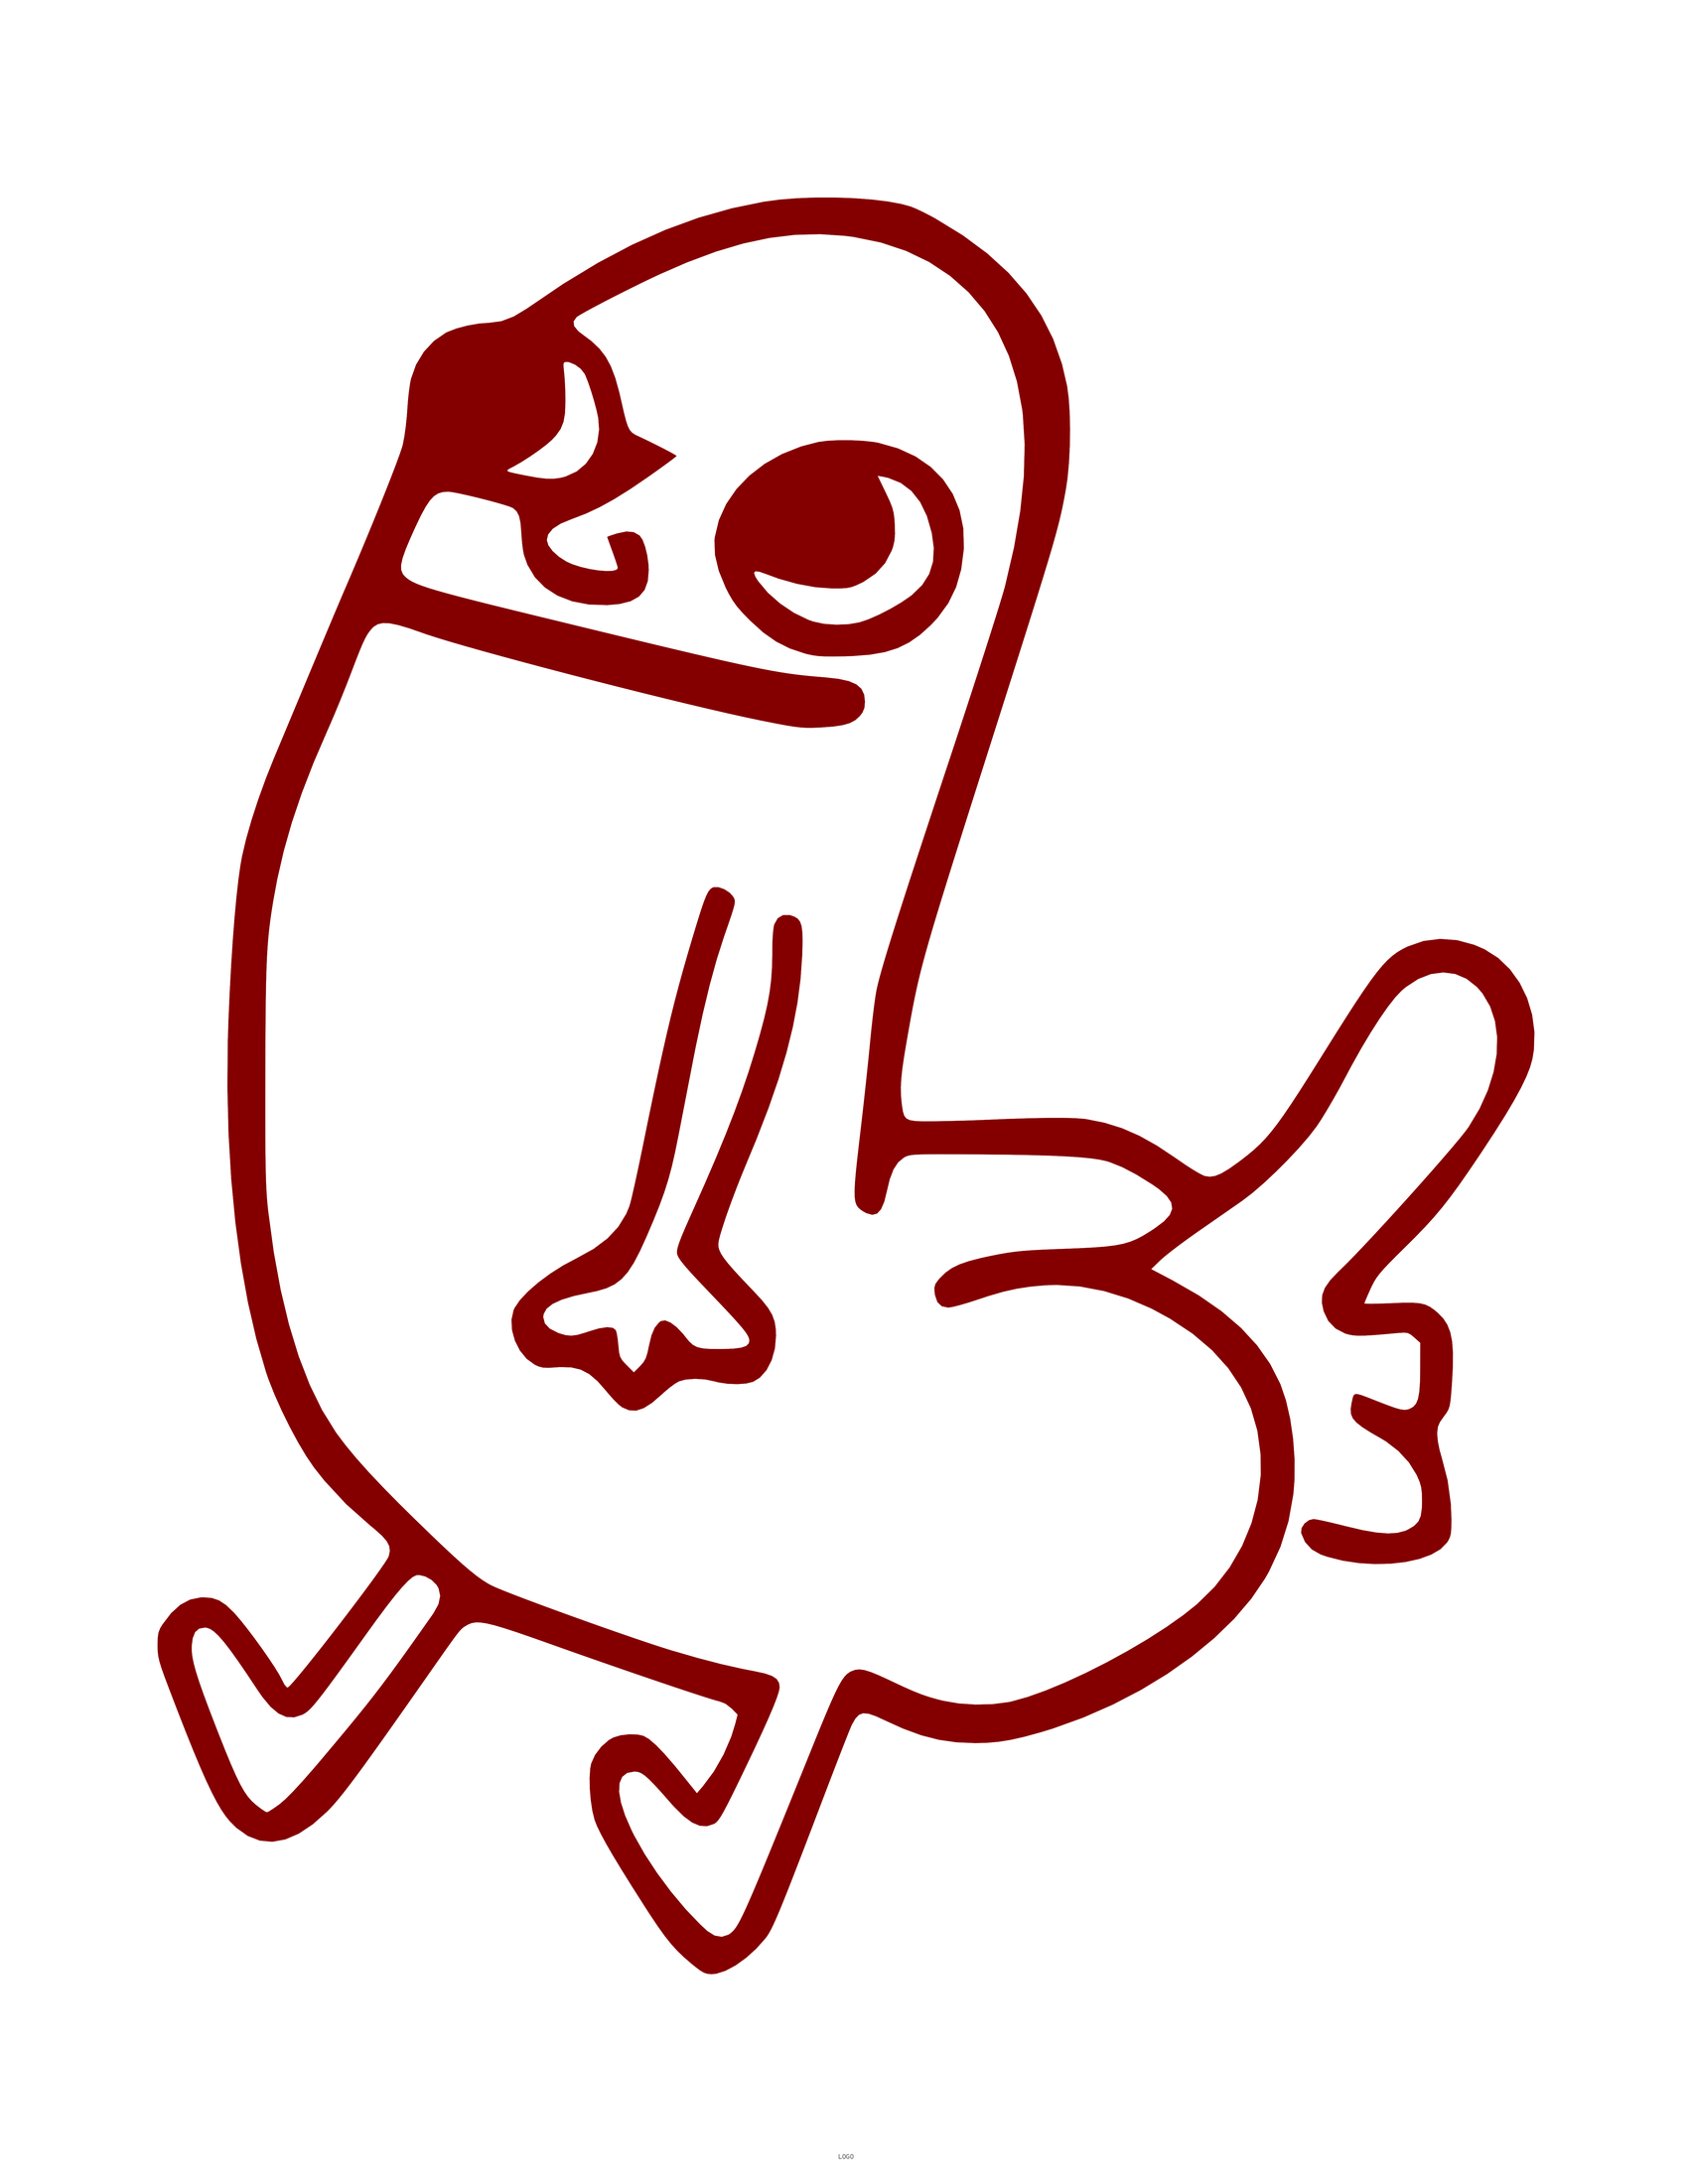
<source format=kicad_sym>
(kicad_symbol_lib
  (version 20210619)
  (generator bitmap2component)
  (symbol "LOGO"
    (pin_names
      (offset 1.016))
    (property "Reference" "#G"
      (at 0 178.238 0)
      (effects (font (size 1.27 1.27)) hide))
    (symbol "LOGO_0_0"
      (polyline (pts (xy -25.976 -178.779) (xy -24.118 -178.183) (xy -22.08 -177.091) (xy -19.979 -175.582) (xy -17.934 -173.736) (xy -16.062 -171.63) (xy -16.033 -171.593) (xy -15.693 -171.121) (xy -15.33 -170.536) (xy -14.926 -169.79) (xy -14.462 -168.839) (xy -13.918 -167.634) (xy -13.276 -166.131) (xy -12.517 -164.282) (xy -11.62 -162.042) (xy -10.569 -159.363) (xy -9.342 -156.199) (xy -7.922 -152.505) (xy -6.289 -148.234) (xy -4.424 -143.338) (xy -4.054 -142.367) (xy -2.928 -139.424) (xy -1.871 -136.679) (xy -0.915 -134.21) (xy -0.088 -132.096) (xy 0.577 -130.416) (xy 1.05 -129.248) (xy 1.301 -128.671) (xy 1.319 -128.635) (xy 2.018 -127.43) (xy 2.734 -126.674) (xy 3.585 -126.353) (xy 4.689 -126.454) (xy 6.164 -126.963) (xy 8.127 -127.864) (xy 11.605 -129.441) (xy 15.276 -130.789) (xy 18.799 -131.695) (xy 22.355 -132.206) (xy 26.124 -132.366) (xy 28.479 -132.308) (xy 30.869 -132.097) (xy 33.319 -131.701) (xy 36.028 -131.087) (xy 39.195 -130.221) (xy 41.791 -129.428) (xy 47.88 -127.231) (xy 53.789 -124.638) (xy 59.45 -121.694) (xy 64.797 -118.446) (xy 69.763 -114.938) (xy 74.281 -111.217) (xy 78.285 -107.328) (xy 81.707 -103.316) (xy 84.482 -99.229) (xy 85.275 -97.829) (xy 87.573 -92.878) (xy 89.2 -87.699) (xy 90.175 -82.243) (xy 90.406 -79.296) (xy 90.416 -75.238) (xy 90.117 -71.11) (xy 89.531 -67.101) (xy 88.679 -63.396) (xy 87.585 -60.185) (xy 87.528 -60.048) (xy 85.507 -56.08) (xy 82.88 -52.341) (xy 79.628 -48.81) (xy 75.731 -45.469) (xy 71.171 -42.299) (xy 65.927 -39.282) (xy 61.556 -36.979) (xy 63.422 -35.172) (xy 64.225 -34.464) (xy 65.551 -33.399) (xy 67.214 -32.131) (xy 69.08 -30.762) (xy 71.013 -29.394) (xy 72.638 -28.266) (xy 74.752 -26.797) (xy 76.789 -25.38) (xy 78.577 -24.134) (xy 79.948 -23.176) (xy 79.955 -23.171) (xy 81.954 -21.637) (xy 84.232 -19.666) (xy 86.65 -17.401) (xy 89.064 -14.984) (xy 91.335 -12.555) (xy 93.32 -10.256) (xy 94.878 -8.228) (xy 95.786 -6.854) (xy 96.938 -4.976) (xy 98.212 -2.796) (xy 99.509 -0.484) (xy 100.729 1.789) (xy 101.889 3.966) (xy 103.82 7.413) (xy 105.718 10.591) (xy 107.532 13.423) (xy 109.212 15.831) (xy 110.707 17.737) (xy 111.967 19.064) (xy 112.802 19.772) (xy 115.303 21.411) (xy 117.84 22.401) (xy 120.35 22.74) (xy 122.775 22.424) (xy 125.053 21.449) (xy 127.125 19.814) (xy 128.263 18.497) (xy 129.787 15.906) (xy 130.769 12.964) (xy 131.21 9.734) (xy 131.116 6.285) (xy 130.491 2.682) (xy 129.337 -1.008) (xy 127.66 -4.718) (xy 125.463 -8.382) (xy 124.812 -9.265) (xy 123.663 -10.698) (xy 122.144 -12.515) (xy 120.318 -14.644) (xy 118.251 -17.014) (xy 116.008 -19.552) (xy 113.653 -22.186) (xy 111.251 -24.844) (xy 108.866 -27.455) (xy 106.564 -29.947) (xy 104.409 -32.246) (xy 102.466 -34.282) (xy 100.8 -35.983) (xy 99.475 -37.276) (xy 99.265 -37.476) (xy 97.614 -39.205) (xy 96.54 -40.74) (xy 95.994 -42.209) (xy 95.925 -43.741) (xy 96.284 -45.462) (xy 97.214 -47.41) (xy 98.68 -48.933) (xy 100.591 -49.927) (xy 100.713 -49.967) (xy 101.474 -50.179) (xy 102.284 -50.316) (xy 103.254 -50.378) (xy 104.493 -50.364) (xy 106.113 -50.273) (xy 108.224 -50.105) (xy 110.935 -49.859) (xy 111.29 -49.826) (xy 112.452 -49.755) (xy 113.21 -49.841) (xy 113.814 -50.145) (xy 114.513 -50.728) (xy 115.731 -51.818) (xy 115.721 -57.122) (xy 115.72 -57.287) (xy 115.674 -59.804) (xy 115.535 -61.709) (xy 115.279 -63.098) (xy 114.879 -64.067) (xy 114.309 -64.711) (xy 113.543 -65.126) (xy 113.172 -65.245) (xy 112.556 -65.318) (xy 111.79 -65.228) (xy 110.748 -64.943) (xy 109.301 -64.435) (xy 107.324 -63.674) (xy 106.897 -63.506) (xy 105.106 -62.8) (xy 103.858 -62.339) (xy 103.044 -62.125) (xy 102.554 -62.161) (xy 102.279 -62.449) (xy 102.112 -62.991) (xy 101.942 -63.79) (xy 101.904 -63.961) (xy 101.725 -65.127) (xy 101.782 -66.109) (xy 102.142 -66.988) (xy 102.875 -67.849) (xy 104.047 -68.773) (xy 105.727 -69.844) (xy 107.982 -71.145) (xy 108.867 -71.679) (xy 111.355 -73.607) (xy 113.443 -75.884) (xy 114.974 -78.347) (xy 115.051 -78.508) (xy 115.596 -79.764) (xy 115.91 -80.855) (xy 116.054 -82.073) (xy 116.089 -83.713) (xy 116.055 -85.053) (xy 115.836 -86.64) (xy 115.342 -87.792) (xy 114.491 -88.668) (xy 113.203 -89.431) (xy 112.707 -89.651) (xy 111.135 -90.064) (xy 109.226 -90.183) (xy 106.902 -90.001) (xy 104.087 -89.515) (xy 100.706 -88.721) (xy 99.564 -88.432) (xy 97.692 -87.98) (xy 96.087 -87.617) (xy 94.89 -87.377) (xy 94.242 -87.29) (xy 93.359 -87.496) (xy 92.437 -88.165) (xy 91.839 -89.097) (xy 91.75 -90.081) (xy 92.535 -91.89) (xy 93.889 -93.388) (xy 95.683 -94.409) (xy 97.056 -94.878) (xy 100.151 -95.658) (xy 103.377 -96.141) (xy 106.632 -96.336) (xy 109.816 -96.254) (xy 112.826 -95.903) (xy 115.562 -95.293) (xy 117.921 -94.434) (xy 119.802 -93.336) (xy 121.104 -92.007) (xy 121.382 -91.575) (xy 121.704 -90.894) (xy 121.888 -90.084) (xy 121.971 -88.95) (xy 121.99 -87.296) (xy 121.866 -84.211) (xy 121.219 -79.474) (xy 120.058 -74.992) (xy 119.597 -73.356) (xy 119.257 -71.65) (xy 119.13 -70.279) (xy 119.136 -69.803) (xy 119.268 -68.721) (xy 119.659 -67.791) (xy 120.431 -66.68) (xy 120.529 -66.551) (xy 121.032 -65.858) (xy 121.383 -65.235) (xy 121.622 -64.524) (xy 121.79 -63.57) (xy 121.926 -62.215) (xy 122.07 -60.303) (xy 122.098 -59.917) (xy 122.279 -56.544) (xy 122.293 -53.773) (xy 122.124 -51.514) (xy 121.754 -49.676) (xy 121.166 -48.172) (xy 120.343 -46.91) (xy 119.266 -45.802) (xy 118.567 -45.211) (xy 117.654 -44.566) (xy 116.715 -44.127) (xy 115.612 -43.864) (xy 114.209 -43.748) (xy 112.368 -43.751) (xy 109.951 -43.844) (xy 108.876 -43.889) (xy 107.128 -43.945) (xy 105.728 -43.965) (xy 104.799 -43.947) (xy 104.462 -43.892) (xy 104.481 -43.814) (xy 104.711 -43.222) (xy 105.147 -42.204) (xy 105.72 -40.924) (xy 105.978 -40.372) (xy 106.419 -39.518) (xy 106.922 -38.712) (xy 107.562 -37.863) (xy 108.415 -36.88) (xy 109.557 -35.674) (xy 111.064 -34.154) (xy 113.011 -32.229) (xy 114.78 -30.467) (xy 116.713 -28.465) (xy 118.457 -26.545) (xy 120.104 -24.592) (xy 121.748 -22.49) (xy 123.483 -20.123) (xy 125.401 -17.375) (xy 127.597 -14.131) (xy 128.052 -13.45) (xy 130.645 -9.5) (xy 132.818 -6.053) (xy 134.597 -3.061) (xy 136.007 -0.477) (xy 137.075 1.745) (xy 137.825 3.652) (xy 138.285 5.291) (xy 138.59 7.148) (xy 138.706 10.713) (xy 138.241 14.209) (xy 137.238 17.544) (xy 135.736 20.623) (xy 133.777 23.352) (xy 131.402 25.636) (xy 128.652 27.382) (xy 126.574 28.279) (xy 123.132 29.212) (xy 119.714 29.469) (xy 116.384 29.048) (xy 113.204 27.946) (xy 113.184 27.937) (xy 112.12 27.402) (xy 111.124 26.806) (xy 110.158 26.099) (xy 109.182 25.23) (xy 108.156 24.15) (xy 107.04 22.808) (xy 105.794 21.154) (xy 104.38 19.137) (xy 102.757 16.708) (xy 100.886 13.815) (xy 98.726 10.409) (xy 96.239 6.439) (xy 95.668 5.526) (xy 93.393 1.903) (xy 91.427 -1.181) (xy 89.72 -3.791) (xy 88.227 -5.988) (xy 86.897 -7.835) (xy 85.684 -9.393) (xy 84.539 -10.726) (xy 83.414 -11.894) (xy 82.262 -12.962) (xy 81.034 -13.99) (xy 79.682 -15.042) (xy 79.133 -15.455) (xy 77.221 -16.81) (xy 75.692 -17.722) (xy 74.441 -18.237) (xy 73.365 -18.399) (xy 72.358 -18.256) (xy 72.153 -18.183) (xy 71.218 -17.715) (xy 69.904 -16.938) (xy 68.356 -15.939) (xy 66.72 -14.807) (xy 66.543 -14.681) (xy 62.733 -12.143) (xy 59.162 -10.146) (xy 55.694 -8.631) (xy 52.189 -7.536) (xy 48.511 -6.801) (xy 47.974 -6.732) (xy 46.164 -6.604) (xy 43.711 -6.544) (xy 40.6 -6.552) (xy 36.819 -6.627) (xy 32.353 -6.771) (xy 27.189 -6.983) (xy 27.041 -6.99) (xy 25.162 -7.059) (xy 22.87 -7.127) (xy 20.442 -7.185) (xy 18.153 -7.227) (xy 17.97 -7.229) (xy 15.753 -7.245) (xy 14.139 -7.191) (xy 13.022 -7.02) (xy 12.296 -6.684) (xy 11.856 -6.136) (xy 11.596 -5.33) (xy 11.412 -4.218) (xy 11.322 -3.537) (xy 11.183 -1.969) (xy 11.156 -0.367) (xy 11.252 1.401) (xy 11.478 3.47) (xy 11.846 5.97) (xy 12.364 9.035) (xy 12.594 10.342) (xy 12.946 12.332) (xy 13.28 14.175) (xy 13.608 15.915) (xy 13.942 17.594) (xy 14.294 19.257) (xy 14.677 20.947) (xy 15.104 22.708) (xy 15.586 24.584) (xy 16.136 26.617) (xy 16.767 28.853) (xy 17.49 31.334) (xy 18.319 34.104) (xy 19.266 37.206) (xy 20.343 40.686) (xy 21.562 44.585) (xy 22.936 48.947) (xy 24.477 53.817) (xy 26.199 59.238) (xy 28.112 65.254) (xy 30.23 71.907) (xy 31.708 76.552) (xy 33.49 82.159) (xy 35.078 87.163) (xy 36.484 91.607) (xy 37.721 95.537) (xy 38.802 98.997) (xy 39.741 102.031) (xy 40.55 104.684) (xy 41.243 107) (xy 41.832 109.024) (xy 42.331 110.799) (xy 42.753 112.372) (xy 43.111 113.785) (xy 43.417 115.084) (xy 43.686 116.313) (xy 43.93 117.516) (xy 44.162 118.738) (xy 44.396 120.024) (xy 44.719 122.228) (xy 45.008 125.319) (xy 45.177 128.666) (xy 45.226 132.077) (xy 45.151 135.359) (xy 44.952 138.322) (xy 44.624 140.773) (xy 43.598 145.175) (xy 41.819 150.217) (xy 39.439 154.944) (xy 36.447 159.374) (xy 32.827 163.524) (xy 28.564 167.413) (xy 23.645 171.06) (xy 18.056 174.481) (xy 17.219 174.938) (xy 15.64 175.75) (xy 14.216 176.423) (xy 13.179 176.846) (xy 11.333 177.358) (xy 8.547 177.874) (xy 5.298 178.268) (xy 1.72 178.535) (xy -2.054 178.672) (xy -5.89 178.674) (xy -9.655 178.536) (xy -13.214 178.254) (xy -16.435 177.823) (xy -22.849 176.507) (xy -29.543 174.61) (xy -36.229 172.165) (xy -42.961 169.148) (xy -49.79 165.536) (xy -56.771 161.304) (xy -63.956 156.428) (xy -64.106 156.322) (xy -66.757 154.725) (xy -69.248 153.781) (xy -71.642 153.467) (xy -73.695 153.318) (xy -76.018 152.914) (xy -78.256 152.325) (xy -80.094 151.618) (xy -80.452 151.437) (xy -82.821 149.801) (xy -84.837 147.632) (xy -86.405 145.049) (xy -87.431 142.174) (xy -87.597 141.342) (xy -87.829 139.734) (xy -88.03 137.849) (xy -88.171 135.944) (xy -88.258 134.711) (xy -88.478 132.594) (xy -88.761 130.577) (xy -89.068 128.968) (xy -89.247 128.34) (xy -89.724 126.937) (xy -90.435 125.002) (xy -90.882 123.835) (xy -68.031 123.835) (xy -67.633 124.11) (xy -66.899 124.491) (xy -66.777 124.553) (xy -65.215 125.445) (xy -63.459 126.568) (xy -61.716 127.779) (xy -60.19 128.935) (xy -59.089 129.895) (xy -58.247 130.793) (xy -57.319 132.107) (xy -56.739 133.543) (xy -56.44 135.294) (xy -56.352 137.554) (xy -56.356 138.288) (xy -56.402 140.183) (xy -56.491 141.979) (xy -56.608 143.367) (xy -56.64 143.643) (xy -56.747 144.745) (xy -56.713 145.33) (xy -56.501 145.561) (xy -56.071 145.601) (xy -55.59 145.541) (xy -54.392 145.043) (xy -53.258 144.2) (xy -52.476 143.204) (xy -52.308 142.847) (xy -51.758 141.45) (xy -51.155 139.667) (xy -50.57 137.729) (xy -50.075 135.867) (xy -49.74 134.312) (xy -49.564 131.987) (xy -49.921 129.416) (xy -50.83 127.085) (xy -52.236 125.093) (xy -54.084 123.538) (xy -56.321 122.518) (xy -57.335 122.257) (xy -58.694 122.072) (xy -60.197 122.085) (xy -62.023 122.3) (xy -64.353 122.724) (xy -64.878 122.828) (xy -66.517 123.162) (xy -67.543 123.409) (xy -68.024 123.617) (xy -68.031 123.835) (xy -90.882 123.835) (xy -91.352 122.607) (xy -92.444 119.826) (xy -93.684 116.731) (xy -95.041 113.394) (xy -96.487 109.89) (xy -97.991 106.29) (xy -99.526 102.668) (xy -101.061 99.096) (xy -101.081 99.049) (xy -101.536 97.986) (xy -102.224 96.363) (xy -103.105 94.275) (xy -104.139 91.818) (xy -105.287 89.086) (xy -106.508 86.173) (xy -107.762 83.176) (xy -109 80.214) (xy -110.287 77.136) (xy -111.526 74.173) (xy -112.671 71.433) (xy -113.678 69.026) (xy -114.5 67.061) (xy -115.092 65.647) (xy -116.626 61.806) (xy -118.167 57.558) (xy -119.52 53.407) (xy -120.63 49.525) (xy -121.438 46.088) (xy -121.758 44.294) (xy -122.171 41.354) (xy -122.57 37.809) (xy -122.948 33.723) (xy -123.302 29.159) (xy -123.626 24.182) (xy -123.915 18.853) (xy -124.163 13.237) (xy -124.297 9.111) (xy -124.381 -0.427) (xy -124.233 -6.468) (xy -116.766 -6.468) (xy -116.766 -2.396) (xy -116.758 2.325) (xy -116.75 5.543) (xy -116.731 10.2) (xy -116.703 14.257) (xy -116.661 17.78) (xy -116.603 20.843) (xy -116.525 23.513) (xy -116.425 25.861) (xy -116.299 27.958) (xy -116.144 29.873) (xy -115.956 31.677) (xy -115.733 33.439) (xy -115.471 35.23) (xy -115.167 37.119) (xy -114.369 41.446) (xy -113.057 47.157) (xy -111.43 52.883) (xy -109.447 58.754) (xy -107.067 64.899) (xy -104.248 71.446) (xy -103.898 72.234) (xy -102.838 74.698) (xy -101.696 77.449) (xy -100.585 80.203) (xy -99.624 82.678) (xy -99.483 83.052) (xy -98.534 85.534) (xy -97.776 87.454) (xy -97.162 88.908) (xy -96.647 89.996) (xy -96.183 90.813) (xy -95.727 91.459) (xy -95.232 92.03) (xy -94.937 92.314) (xy -94.113 92.818) (xy -93.075 93.047) (xy -91.736 92.992) (xy -90.013 92.645) (xy -87.818 91.998) (xy -85.068 91.042) (xy -84.507 90.844) (xy -82.469 90.176) (xy -79.831 89.371) (xy -76.665 88.448) (xy -73.043 87.424) (xy -69.037 86.319) (xy -64.719 85.15) (xy -60.161 83.938) (xy -55.434 82.699) (xy -50.611 81.454) (xy -45.763 80.22) (xy -40.962 79.016) (xy -36.28 77.861) (xy -31.789 76.773) (xy -27.561 75.771) (xy -23.668 74.873) (xy -20.18 74.099) (xy -17.172 73.466) (xy -16.103 73.251) (xy -13.666 72.769) (xy -11.748 72.417) (xy -10.218 72.176) (xy -8.946 72.031) (xy -7.801 71.967) (xy -6.651 71.966) (xy -5.366 72.013) (xy -4.856 72.039) (xy -2.39 72.226) (xy -0.501 72.513) (xy 0.927 72.93) (xy 2.01 73.511) (xy 2.862 74.287) (xy 3.428 75.015) (xy 3.832 75.972) (xy 3.935 77.237) (xy 3.777 78.629) (xy 3.231 79.79) (xy 2.232 80.68) (xy 0.717 81.338) (xy -1.378 81.801) (xy -4.114 82.108) (xy -4.245 82.118) (xy -5.787 82.244) (xy -7.253 82.376) (xy -8.687 82.525) (xy -10.132 82.698) (xy -11.63 82.905) (xy -13.224 83.155) (xy -14.957 83.457) (xy -16.872 83.82) (xy -19.011 84.254) (xy -21.417 84.767) (xy -24.133 85.369) (xy -27.202 86.069) (xy -30.666 86.875) (xy -34.569 87.797) (xy -38.952 88.844) (xy -43.86 90.025) (xy -49.334 91.349) (xy -55.417 92.826) (xy -62.152 94.464) (xy -66.355 95.49) (xy -70.608 96.536) (xy -74.259 97.449) (xy -77.359 98.243) (xy -79.958 98.934) (xy -82.108 99.537) (xy -83.86 100.069) (xy -85.264 100.544) (xy -86.371 100.977) (xy -87.232 101.386) (xy -87.897 101.784) (xy -88.419 102.188) (xy -88.846 102.612) (xy -89.102 102.945) (xy -89.413 103.737) (xy -89.427 104.763) (xy -89.13 106.117) (xy -88.504 107.898) (xy -87.532 110.199) (xy -86.592 112.289) (xy -85.48 114.617) (xy -84.519 116.395) (xy -83.651 117.693) (xy -82.819 118.582) (xy -81.968 119.13) (xy -81.039 119.408) (xy -79.976 119.486) (xy -79.161 119.395) (xy -77.833 119.147) (xy -76.144 118.779) (xy -74.246 118.33) (xy -72.291 117.838) (xy -70.429 117.34) (xy -68.813 116.876) (xy -67.594 116.484) (xy -66.924 116.2) (xy -66.872 116.167) (xy -66.158 115.52) (xy -65.677 114.582) (xy -65.382 113.212) (xy -65.222 111.272) (xy -65.204 110.933) (xy -65.076 109.309) (xy -64.896 107.833) (xy -64.699 106.789) (xy -63.99 104.778) (xy -62.5 102.278) (xy -60.477 100.203) (xy -57.963 98.577) (xy -55.002 97.427) (xy -51.636 96.779) (xy -47.909 96.658) (xy -45.433 96.884) (xy -43.2 97.453) (xy -41.539 98.388) (xy -40.41 99.723) (xy -39.772 101.492) (xy -39.584 103.732) (xy -39.637 104.841) (xy -39.889 106.685) (xy -40.301 108.394) (xy -40.822 109.774) (xy -41.401 110.632) (xy -41.418 110.647) (xy -42.605 111.327) (xy -44.088 111.464) (xy -45.961 111.068) (xy -46.824 110.79) (xy -47.628 110.515) (xy -47.938 110.384) (xy -47.916 110.312) (xy -47.713 109.731) (xy -47.344 108.703) (xy -46.865 107.382) (xy -46.662 106.82) (xy -46.217 105.539) (xy -45.907 104.577) (xy -45.791 104.11) (xy -46.035 103.767) (xy -46.848 103.545) (xy -48.105 103.5) (xy -49.676 103.621) (xy -51.432 103.897) (xy -53.242 104.319) (xy -54.975 104.873) (xy -56.142 105.403) (xy -57.67 106.383) (xy -58.93 107.519) (xy -59.786 108.681) (xy -60.101 109.739) (xy -59.832 110.88) (xy -58.905 112.02) (xy -57.301 113.058) (xy -55.002 114.005) (xy -54.81 114.072) (xy -52.12 115.114) (xy -49.399 116.397) (xy -46.527 117.987) (xy -43.386 119.949) (xy -39.856 122.349) (xy -39.505 122.596) (xy -37.755 123.837) (xy -36.241 124.93) (xy -35.049 125.809) (xy -34.269 126.411) (xy -33.989 126.669) (xy -34.012 126.703) (xy -34.469 127.001) (xy -35.43 127.532) (xy -36.782 128.237) (xy -38.41 129.058) (xy -40.203 129.936) (xy -42.048 130.814) (xy -42.349 130.963) (xy -42.926 131.343) (xy -43.389 131.867) (xy -43.787 132.648) (xy -44.17 133.796) (xy -44.588 135.424) (xy -45.091 137.643) (xy -45.521 139.501) (xy -46.316 142.353) (xy -47.199 144.683) (xy -48.242 146.611) (xy -49.518 148.263) (xy -51.099 149.762) (xy -53.057 151.23) (xy -53.802 151.808) (xy -54.61 152.813) (xy -54.714 153.751) (xy -54.109 154.615) (xy -54.041 154.669) (xy -53.328 155.123) (xy -52.092 155.824) (xy -50.435 156.72) (xy -48.46 157.757) (xy -46.268 158.884) (xy -43.963 160.047) (xy -41.645 161.195) (xy -39.419 162.273) (xy -37.385 163.23) (xy -31.882 165.626) (xy -26.073 167.795) (xy -20.568 169.432) (xy -15.293 170.553) (xy -10.175 171.174) (xy -5.138 171.31) (xy -0.108 170.977) (xy 1.635 170.753) (xy 7.147 169.632) (xy 12.239 167.939) (xy 16.893 165.694) (xy 21.089 162.914) (xy 24.809 159.619) (xy 28.034 155.827) (xy 30.744 151.557) (xy 32.92 146.827) (xy 34.544 141.657) (xy 35.596 136.063) (xy 35.727 134.985) (xy 36.1 128.968) (xy 35.929 122.501) (xy 35.215 115.597) (xy 33.96 108.269) (xy 32.164 100.527) (xy 32.02 99.998) (xy 31.576 98.478) (xy 30.935 96.374) (xy 30.116 93.748) (xy 29.14 90.662) (xy 28.028 87.18) (xy 26.798 83.363) (xy 25.471 79.275) (xy 24.067 74.978) (xy 22.607 70.533) (xy 21.109 66.004) (xy 19.845 62.192) (xy 17.76 55.889) (xy 15.888 50.212) (xy 14.219 45.124) (xy 12.741 40.592) (xy 11.444 36.582) (xy 10.317 33.06) (xy 9.35 29.992) (xy 8.53 27.343) (xy 7.849 25.079) (xy 7.294 23.167) (xy 6.855 21.573) (xy 6.522 20.261) (xy 6.282 19.198) (xy 6.253 19.05) (xy 6.034 17.726) (xy 5.779 15.875) (xy 5.507 13.655) (xy 5.237 11.228) (xy 4.991 8.753) (xy 4.808 6.855) (xy 4.51 3.934) (xy 4.162 0.655) (xy 3.786 -2.787) (xy 3.402 -6.194) (xy 3.033 -9.368) (xy 2.74 -11.846) (xy 2.377 -15.022) (xy 2.108 -17.605) (xy 1.935 -19.666) (xy 1.861 -21.276) (xy 1.889 -22.505) (xy 2.022 -23.423) (xy 2.263 -24.101) (xy 2.614 -24.609) (xy 3.078 -25.018) (xy 3.658 -25.398) (xy 4.215 -25.704) (xy 5.4 -26.047) (xy 6.375 -25.799) (xy 7.172 -24.93) (xy 7.827 -23.409) (xy 8.372 -21.207) (xy 8.923 -18.909) (xy 9.681 -16.919) (xy 10.625 -15.482) (xy 11.796 -14.517) (xy 11.934 -14.438) (xy 12.279 -14.27) (xy 12.69 -14.134) (xy 13.238 -14.029) (xy 13.997 -13.951) (xy 15.037 -13.897) (xy 16.432 -13.864) (xy 18.254 -13.85) (xy 20.574 -13.851) (xy 23.466 -13.864) (xy 27 -13.886) (xy 27.24 -13.888) (xy 32.495 -13.941) (xy 37.076 -14.023) (xy 41.022 -14.137) (xy 44.37 -14.284) (xy 47.16 -14.467) (xy 49.431 -14.687) (xy 51.221 -14.947) (xy 52.57 -15.249) (xy 53.218 -15.447) (xy 55.724 -16.449) (xy 58.552 -17.93) (xy 61.771 -19.925) (xy 63.148 -20.893) (xy 64.72 -22.285) (xy 65.603 -23.583) (xy 65.798 -24.833) (xy 65.309 -26.083) (xy 64.138 -27.38) (xy 62.289 -28.771) (xy 61.381 -29.367) (xy 59.983 -30.228) (xy 58.678 -30.92) (xy 57.364 -31.465) (xy 55.941 -31.886) (xy 54.306 -32.205) (xy 52.361 -32.445) (xy 50.003 -32.628) (xy 47.131 -32.776) (xy 43.645 -32.913) (xy 42.975 -32.937) (xy 40.112 -33.052) (xy 37.789 -33.172) (xy 35.86 -33.31) (xy 34.181 -33.482) (xy 32.605 -33.702) (xy 30.987 -33.983) (xy 29.182 -34.341) (xy 27.331 -34.743) (xy 24.9 -35.369) (xy 22.982 -36.029) (xy 21.454 -36.777) (xy 20.194 -37.666) (xy 19.079 -38.751) (xy 18.67 -39.216) (xy 18.121 -39.999) (xy 17.929 -40.738) (xy 17.983 -41.739) (xy 18.047 -42.189) (xy 18.532 -43.612) (xy 19.403 -44.446) (xy 20.682 -44.718) (xy 20.807 -44.712) (xy 21.732 -44.549) (xy 23.125 -44.196) (xy 24.821 -43.699) (xy 26.652 -43.102) (xy 28.85 -42.375) (xy 31.796 -41.522) (xy 34.515 -40.914) (xy 37.252 -40.499) (xy 40.251 -40.225) (xy 42.492 -40.152) (xy 47.218 -40.469) (xy 52.067 -41.388) (xy 56.913 -42.882) (xy 61.629 -44.921) (xy 65.333 -46.933) (xy 69.901 -49.968) (xy 73.815 -53.291) (xy 77.075 -56.903) (xy 79.682 -60.807) (xy 81.638 -65.002) (xy 82.942 -69.49) (xy 83.596 -74.271) (xy 83.621 -78.494) (xy 83.013 -83.387) (xy 81.749 -88.152) (xy 79.859 -92.715) (xy 77.377 -97.001) (xy 74.333 -100.935) (xy 70.76 -104.444) (xy 68.012 -106.629) (xy 64.618 -109.027) (xy 60.842 -111.45) (xy 56.798 -113.838) (xy 52.605 -116.128) (xy 48.378 -118.261) (xy 44.233 -120.176) (xy 40.285 -121.811) (xy 36.652 -123.106) (xy 33.449 -124) (xy 32.84 -124.129) (xy 29.674 -124.537) (xy 26.227 -124.626) (xy 22.792 -124.397) (xy 19.663 -123.855) (xy 18.5 -123.563) (xy 16.876 -123.102) (xy 15.32 -122.573) (xy 13.655 -121.911) (xy 11.707 -121.049) (xy 9.301 -119.919) (xy 8.949 -119.751) (xy 6.778 -118.753) (xy 5.106 -118.069) (xy 3.818 -117.674) (xy 2.803 -117.541) (xy 1.949 -117.641) (xy 1.142 -117.948) (xy 0.847 -118.107) (xy 0.327 -118.489) (xy -0.192 -119.039) (xy -0.743 -119.82) (xy -1.357 -120.894) (xy -2.067 -122.323) (xy -2.905 -124.171) (xy -3.903 -126.499) (xy -5.093 -129.37) (xy -6.508 -132.847) (xy -7.675 -135.734) (xy -9.861 -141.134) (xy -11.805 -145.928) (xy -13.523 -150.152) (xy -15.032 -153.845) (xy -16.35 -157.045) (xy -17.493 -159.79) (xy -18.478 -162.118) (xy -19.322 -164.066) (xy -20.041 -165.674) (xy -20.653 -166.978) (xy -21.174 -168.017) (xy -21.621 -168.829) (xy -22.012 -169.451) (xy -22.362 -169.922) (xy -22.688 -170.28) (xy -23.009 -170.563) (xy -23.339 -170.808) (xy -23.538 -170.937) (xy -24.89 -171.36) (xy -26.332 -171.11) (xy -27.775 -170.198) (xy -29.239 -168.847) (xy -32.17 -165.785) (xy -35.095 -162.294) (xy -37.882 -158.547) (xy -40.401 -154.714) (xy -42.519 -150.969) (xy -43.046 -149.913) (xy -44.34 -146.947) (xy -45.174 -144.359) (xy -45.549 -142.178) (xy -45.464 -140.433) (xy -44.92 -139.15) (xy -43.917 -138.36) (xy -42.455 -138.09) (xy -42.298 -138.093) (xy -41.683 -138.181) (xy -41.051 -138.438) (xy -40.33 -138.929) (xy -39.445 -139.716) (xy -38.324 -140.864) (xy -36.893 -142.436) (xy -35.08 -144.496) (xy -34.438 -145.214) (xy -32.539 -147.095) (xy -30.842 -148.349) (xy -29.292 -149.003) (xy -27.834 -149.082) (xy -26.414 -148.613) (xy -26.41 -148.611) (xy -26.016 -148.339) (xy -25.593 -147.883) (xy -25.096 -147.164) (xy -24.48 -146.106) (xy -23.7 -144.63) (xy -22.71 -142.659) (xy -21.466 -140.116) (xy -20.42 -137.953) (xy -18.461 -133.852) (xy -16.828 -130.351) (xy -15.511 -127.429) (xy -14.503 -125.066) (xy -13.793 -123.242) (xy -13.374 -121.936) (xy -13.237 -121.128) (xy -13.354 -120.267) (xy -13.832 -119.482) (xy -14.76 -118.865) (xy -16.227 -118.358) (xy -18.322 -117.907) (xy -20.707 -117.446) (xy -25.002 -116.478) (xy -29.702 -115.254) (xy -34.924 -113.746) (xy -35.098 -113.693) (xy -37.102 -113.064) (xy -39.535 -112.265) (xy -42.315 -111.327) (xy -45.354 -110.28) (xy -48.568 -109.156) (xy -51.872 -107.985) (xy -55.18 -106.798) (xy -58.407 -105.626) (xy -61.468 -104.499) (xy -64.278 -103.448) (xy -66.752 -102.504) (xy -68.803 -101.697) (xy -70.348 -101.059) (xy -71.3 -100.621) (xy -71.997 -100.235) (xy -73.075 -99.555) (xy -74.261 -98.7) (xy -75.612 -97.622) (xy -77.183 -96.273) (xy -79.028 -94.604) (xy -81.206 -92.567) (xy -83.77 -90.113) (xy -86.777 -87.195) (xy -89.823 -84.191) (xy -93.168 -80.793) (xy -96.044 -77.741) (xy -98.501 -74.98) (xy -100.59 -72.453) (xy -102.362 -70.107) (xy -102.592 -69.782) (xy -105.344 -65.345) (xy -107.831 -60.254) (xy -110.05 -54.521) (xy -111.997 -48.157) (xy -113.669 -41.175) (xy -115.061 -33.585) (xy -116.171 -25.4) (xy -116.214 -25.017) (xy -116.342 -23.761) (xy -116.45 -22.459) (xy -116.539 -21.046) (xy -116.611 -19.455) (xy -116.668 -17.617) (xy -116.71 -15.467) (xy -116.74 -12.937) (xy -116.758 -9.96) (xy -116.766 -6.468) (xy -124.233 -6.468) (xy -124.152 -9.761) (xy -123.616 -18.823) (xy -122.781 -27.55) (xy -121.654 -35.874) (xy -120.241 -43.73) (xy -118.55 -51.053) (xy -116.587 -57.776) (xy -116.132 -59.094) (xy -114.922 -62.162) (xy -113.465 -65.427) (xy -111.85 -68.711) (xy -110.165 -71.839) (xy -108.501 -74.632) (xy -106.946 -76.915) (xy -104.856 -79.554) (xy -100.497 -84.26) (xy -95.663 -88.554) (xy -94.783 -89.274) (xy -93.294 -90.608) (xy -92.323 -91.718) (xy -91.808 -92.707) (xy -91.684 -93.677) (xy -91.889 -94.732) (xy -92.11 -95.172) (xy -92.735 -96.153) (xy -93.698 -97.548) (xy -94.945 -99.287) (xy -96.422 -101.298) (xy -98.074 -103.512) (xy -99.847 -105.857) (xy -101.685 -108.263) (xy -103.535 -110.658) (xy -105.343 -112.972) (xy -107.054 -115.135) (xy -108.612 -117.075) (xy -109.965 -118.721) (xy -111.058 -120.004) (xy -111.835 -120.851) (xy -112.243 -121.193) (xy -112.444 -121.145) (xy -112.912 -120.608) (xy -113.426 -119.618) (xy -113.451 -119.562) (xy -114.025 -118.488) (xy -114.952 -116.994) (xy -116.141 -115.21) (xy -117.501 -113.261) (xy -118.941 -111.277) (xy -120.371 -109.384) (xy -121.7 -107.712) (xy -122.836 -106.387) (xy -123.147 -106.049) (xy -124.674 -104.591) (xy -126.078 -103.664) (xy -127.529 -103.176) (xy -129.201 -103.039) (xy -129.777 -103.059) (xy -131.901 -103.498) (xy -133.859 -104.537) (xy -135.708 -106.215) (xy -137.505 -108.57) (xy -137.923 -109.264) (xy -138.254 -110.116) (xy -138.409 -111.163) (xy -138.448 -112.665) (xy -138.447 -112.954) (xy -138.415 -113.824) (xy -131.584 -113.824) (xy -131.583 -112.826) (xy -131.384 -111.284) (xy -130.898 -110.032) (xy -130.095 -109.331) (xy -128.924 -109.113) (xy -128.57 -109.144) (xy -127.866 -109.392) (xy -127.074 -109.924) (xy -126.155 -110.79) (xy -125.07 -112.034) (xy -123.778 -113.706) (xy -122.239 -115.851) (xy -120.415 -118.517) (xy -118.265 -121.751) (xy -117.349 -123.073) (xy -115.684 -125.074) (xy -114.091 -126.409) (xy -112.527 -127.102) (xy -110.949 -127.175) (xy -109.314 -126.653) (xy -109.048 -126.516) (xy -108.604 -126.239) (xy -108.126 -125.858) (xy -107.575 -125.325) (xy -106.915 -124.594) (xy -106.108 -123.615) (xy -105.114 -122.341) (xy -103.897 -120.723) (xy -102.418 -118.713) (xy -100.638 -116.265) (xy -98.522 -113.328) (xy -96.029 -109.856) (xy -94.544 -107.802) (xy -92.449 -104.981) (xy -90.684 -102.717) (xy -89.222 -100.978) (xy -88.036 -99.732) (xy -87.097 -98.945) (xy -86.379 -98.587) (xy -85.778 -98.536) (xy -84.521 -98.84) (xy -83.267 -99.547) (xy -82.275 -100.537) (xy -81.886 -101.199) (xy -81.549 -102.73) (xy -81.895 -104.418) (xy -82.928 -106.282) (xy -85.418 -109.816) (xy -87.689 -113.018) (xy -89.7 -115.822) (xy -91.527 -118.325) (xy -93.244 -120.625) (xy -94.926 -122.819) (xy -96.648 -125.006) (xy -98.485 -127.282) (xy -100.511 -129.745) (xy -102.802 -132.494) (xy -105.432 -135.624) (xy -106.943 -137.402) (xy -109.228 -140.011) (xy -111.157 -142.103) (xy -112.709 -143.657) (xy -113.864 -144.651) (xy -114.09 -144.818) (xy -115.165 -145.573) (xy -116.006 -146.104) (xy -116.446 -146.303) (xy -116.868 -146.103) (xy -117.669 -145.558) (xy -118.665 -144.789) (xy -118.731 -144.735) (xy -119.535 -143.996) (xy -120.294 -143.116) (xy -121.047 -142.017) (xy -121.835 -140.623) (xy -122.697 -138.858) (xy -123.674 -136.647) (xy -124.806 -133.912) (xy -126.132 -130.577) (xy -126.76 -128.973) (xy -128.112 -125.462) (xy -129.209 -122.512) (xy -130.071 -120.056) (xy -130.719 -118.027) (xy -131.173 -116.357) (xy -131.455 -114.979) (xy -131.584 -113.824) (xy -138.415 -113.824) (xy -138.409 -113.972) (xy -138.291 -114.933) (xy -138.055 -115.979) (xy -137.663 -117.256) (xy -137.078 -118.908) (xy -136.263 -121.079) (xy -134.442 -125.828) (xy -132.734 -130.192) (xy -131.212 -133.972) (xy -129.852 -137.216) (xy -128.634 -139.971) (xy -127.534 -142.287) (xy -126.532 -144.211) (xy -125.604 -145.791) (xy -124.73 -147.075) (xy -123.887 -148.112) (xy -122.579 -149.418) (xy -120.282 -151.054) (xy -117.869 -151.988) (xy -115.348 -152.219) (xy -112.724 -151.747) (xy -110.004 -150.575) (xy -107.195 -148.701) (xy -104.303 -146.128) (xy -103.79 -145.602) (xy -102.99 -144.73) (xy -102.104 -143.696) (xy -101.098 -142.456) (xy -99.941 -140.969) (xy -98.602 -139.191) (xy -97.049 -137.08) (xy -95.25 -134.592) (xy -93.173 -131.686) (xy -90.787 -128.317) (xy -88.06 -124.444) (xy -84.96 -120.024) (xy -83.233 -117.557) (xy -81.631 -115.271) (xy -80.354 -113.457) (xy -79.355 -112.054) (xy -78.588 -111.003) (xy -78.007 -110.242) (xy -77.566 -109.711) (xy -77.218 -109.351) (xy -76.918 -109.101) (xy -76.619 -108.901) (xy -76.275 -108.691) (xy -75.883 -108.471) (xy -75.196 -108.205) (xy -74.401 -108.074) (xy -73.427 -108.094) (xy -72.205 -108.281) (xy -70.665 -108.648) (xy -68.736 -109.212) (xy -66.349 -109.988) (xy -63.435 -110.99) (xy -59.922 -112.233) (xy -59.409 -112.416) (xy -55.685 -113.739) (xy -51.9 -115.071) (xy -48.118 -116.391) (xy -44.409 -117.676) (xy -40.838 -118.904) (xy -37.473 -120.051) (xy -34.38 -121.095) (xy -31.627 -122.013) (xy -29.281 -122.782) (xy -27.408 -123.38) (xy -26.075 -123.784) (xy -25.349 -123.971) (xy -24.144 -124.43) (xy -22.866 -125.421) (xy -21.686 -126.638) (xy -22.165 -128.518) (xy -22.964 -131.091) (xy -24.519 -134.691) (xy -26.473 -138.109) (xy -28.692 -141.085) (xy -29.879 -142.458) (xy -33.199 -138.339) (xy -34.395 -136.877) (xy -36.439 -134.517) (xy -38.148 -132.75) (xy -39.54 -131.559) (xy -40.63 -130.925) (xy -41.755 -130.666) (xy -43.46 -130.605) (xy -45.22 -130.806) (xy -46.706 -131.252) (xy -47.615 -131.773) (xy -49.13 -133.102) (xy -50.382 -134.758) (xy -51.162 -136.496) (xy -51.355 -137.508) (xy -51.476 -139.371) (xy -51.437 -141.55) (xy -51.249 -143.827) (xy -50.926 -145.982) (xy -50.481 -147.796) (xy -50.467 -147.842) (xy -49.987 -149.063) (xy -49.217 -150.653) (xy -48.137 -152.647) (xy -46.726 -155.081) (xy -44.962 -157.99) (xy -42.826 -161.412) (xy -40.297 -165.381) (xy -39.338 -166.863) (xy -37.744 -169.245) (xy -36.356 -171.181) (xy -35.079 -172.786) (xy -33.817 -174.176) (xy -32.476 -175.466) (xy -30.961 -176.773) (xy -30.36 -177.267) (xy -29.265 -178.103) (xy -28.44 -178.587) (xy -27.705 -178.811) (xy -26.881 -178.868) (xy -25.976 -178.779)) (stroke (width 0.01)) (fill (type outline)))
      (polyline (pts (xy -40.602 -64.959) (xy -38.906 -63.881) (xy -36.958 -62.194) (xy -36.685 -61.938) (xy -35.478 -60.902) (xy -34.338 -60.054) (xy -33.482 -59.555) (xy -32.147 -59.199) (xy -30.251 -59.053) (xy -28.209 -59.18) (xy -26.294 -59.578) (xy -25.567 -59.767) (xy -23.697 -60.047) (xy -21.733 -60.122) (xy -19.935 -59.989) (xy -18.561 -59.645) (xy -17.21 -58.811) (xy -15.866 -57.291) (xy -14.838 -55.298) (xy -14.185 -52.943) (xy -13.96 -50.339) (xy -14.001 -49.14) (xy -14.23 -47.61) (xy -14.725 -46.21) (xy -15.56 -44.797) (xy -16.807 -43.226) (xy -18.541 -41.353) (xy -18.712 -41.176) (xy -20.799 -38.988) (xy -22.425 -37.222) (xy -23.644 -35.813) (xy -24.512 -34.695) (xy -25.081 -33.801) (xy -25.408 -33.068) (xy -25.544 -32.551) (xy -25.582 -31.968) (xy -25.486 -31.222) (xy -25.229 -30.186) (xy -24.786 -28.731) (xy -24.131 -26.73) (xy -23.771 -25.676) (xy -22.912 -23.295) (xy -21.908 -20.647) (xy -20.858 -17.985) (xy -19.857 -15.562) (xy -17.844 -10.703) (xy -15.455 -4.513) (xy -13.461 1.241) (xy -11.842 6.636) (xy -10.576 11.749) (xy -9.643 16.66) (xy -9.022 21.444) (xy -8.691 26.181) (xy -8.674 26.623) (xy -8.617 28.995) (xy -8.66 30.772) (xy -8.823 32.055) (xy -9.127 32.944) (xy -9.592 33.538) (xy -10.237 33.94) (xy -11.194 34.265) (xy -12.542 34.263) (xy -13.6 33.631) (xy -14.304 32.395) (xy -14.423 31.863) (xy -14.569 30.622) (xy -14.666 29.028) (xy -14.697 27.294) (xy -14.697 26.543) (xy -14.754 23.835) (xy -14.924 21.308) (xy -15.23 18.82) (xy -15.697 16.231) (xy -16.349 13.399) (xy -17.211 10.182) (xy -18.308 6.439) (xy -19.45 2.796) (xy -20.811 -1.214) (xy -22.336 -5.38) (xy -24.062 -9.796) (xy -26.025 -14.556) (xy -28.263 -19.753) (xy -30.811 -25.481) (xy -31.244 -26.444) (xy -32.241 -28.7) (xy -32.971 -30.431) (xy -33.466 -31.727) (xy -33.759 -32.675) (xy -33.881 -33.364) (xy -33.864 -33.882) (xy -33.823 -34.059) (xy -33.576 -34.615) (xy -33.083 -35.355) (xy -32.292 -36.341) (xy -31.149 -37.638) (xy -29.601 -39.31) (xy -27.596 -41.419) (xy -26.529 -42.536) (xy -24.446 -44.728) (xy -22.797 -46.494) (xy -21.534 -47.892) (xy -20.608 -48.981) (xy -19.972 -49.818) (xy -19.577 -50.46) (xy -19.375 -50.967) (xy -19.318 -51.395) (xy -19.43 -51.927) (xy -19.942 -52.444) (xy -20.939 -52.792) (xy -22.495 -52.995) (xy -24.684 -53.074) (xy -25.093 -53.078) (xy -27.163 -53.064) (xy -28.689 -52.95) (xy -29.818 -52.688) (xy -30.696 -52.228) (xy -31.47 -51.521) (xy -32.285 -50.518) (xy -32.682 -50.017) (xy -33.961 -48.67) (xy -35.191 -47.746) (xy -36.27 -47.31) (xy -37.094 -47.429) (xy -37.532 -47.753) (xy -38.366 -48.778) (xy -39.012 -50.291) (xy -39.524 -52.402) (xy -39.822 -53.811) (xy -40.173 -54.916) (xy -40.639 -55.74) (xy -41.319 -56.511) (xy -42.572 -57.765) (xy -44.041 -56.297) (xy -44.173 -56.164) (xy -44.913 -55.352) (xy -45.339 -54.627) (xy -45.562 -53.721) (xy -45.697 -52.367) (xy -45.832 -51.074) (xy -46.018 -49.944) (xy -46.209 -49.28) (xy -46.793 -48.809) (xy -47.95 -48.674) (xy -49.603 -48.919) (xy -51.694 -49.542) (xy -52.371 -49.776) (xy -53.941 -50.23) (xy -55.184 -50.392) (xy -56.336 -50.276) (xy -57.631 -49.894) (xy -57.837 -49.819) (xy -59.502 -48.97) (xy -60.49 -47.918) (xy -60.817 -46.65) (xy -60.735 -46.015) (xy -60.139 -44.938) (xy -58.941 -43.982) (xy -57.113 -43.132) (xy -54.627 -42.374) (xy -51.457 -41.692) (xy -49.97 -41.382) (xy -48.066 -40.813) (xy -46.458 -40.044) (xy -45.063 -38.991) (xy -43.8 -37.576) (xy -42.587 -35.716) (xy -41.341 -33.33) (xy -39.981 -30.337) (xy -38.589 -27.076) (xy -37.413 -24.151) (xy -36.452 -21.509) (xy -35.648 -18.972) (xy -34.945 -16.361) (xy -34.287 -13.495) (xy -33.617 -10.196) (xy -33.562 -9.917) (xy -33.041 -7.233) (xy -32.436 -4.119) (xy -31.795 -0.818) (xy -31.166 2.425) (xy -30.596 5.366) (xy -30.085 7.955) (xy -28.703 14.433) (xy -27.308 20.229) (xy -25.892 25.367) (xy -24.451 29.872) (xy -24.323 30.24) (xy -23.533 32.52) (xy -22.952 34.234) (xy -22.559 35.48) (xy -22.333 36.355) (xy -22.253 36.956) (xy -22.299 37.382) (xy -22.448 37.729) (xy -22.68 38.094) (xy -23.279 38.754) (xy -24.36 39.461) (xy -25.528 39.878) (xy -26.509 39.877) (xy -26.822 39.748) (xy -27.216 39.447) (xy -27.601 38.934) (xy -28.01 38.128) (xy -28.476 36.95) (xy -29.033 35.321) (xy -29.716 33.161) (xy -30.558 30.392) (xy -30.791 29.618) (xy -31.768 26.312) (xy -32.669 23.167) (xy -33.514 20.096) (xy -34.324 17.013) (xy -35.12 13.832) (xy -35.922 10.466) (xy -36.75 6.828) (xy -37.627 2.833) (xy -38.572 -1.606) (xy -39.606 -6.576) (xy -40.749 -12.163) (xy -40.899 -12.895) (xy -41.461 -15.601) (xy -42.001 -18.124) (xy -42.493 -20.36) (xy -42.916 -22.206) (xy -43.246 -23.558) (xy -43.46 -24.311) (xy -44.109 -25.876) (xy -45.715 -28.491) (xy -47.9 -30.83) (xy -50.704 -32.935) (xy -54.166 -34.842) (xy -54.195 -34.856) (xy -56.852 -36.274) (xy -59.428 -37.914) (xy -61.806 -39.68) (xy -63.867 -41.478) (xy -65.495 -43.214) (xy -66.57 -44.794) (xy -66.786 -45.271) (xy -67.201 -47.184) (xy -67.088 -49.277) (xy -66.505 -51.389) (xy -65.509 -53.358) (xy -64.158 -55.02) (xy -62.511 -56.215) (xy -61.724 -56.571) (xy -60.866 -56.79) (xy -59.812 -56.838) (xy -58.304 -56.745) (xy -57.476 -56.69) (xy -55.211 -56.744) (xy -53.285 -57.192) (xy -51.55 -58.103) (xy -49.86 -59.547) (xy -48.069 -61.592) (xy -47.742 -61.994) (xy -46.681 -63.193) (xy -45.691 -64.182) (xy -44.949 -64.779) (xy -44.946 -64.781) (xy -43.545 -65.384) (xy -42.122 -65.452) (xy -40.602 -64.959)) (stroke (width 0.01)) (fill (type outline)))
      (polyline (pts (xy 0 86.353) (xy 1.457 86.403) (xy 4.96 86.68) (xy 7.944 87.201) (xy 10.534 88.011) (xy 12.857 89.158) (xy 15.039 90.686) (xy 17.204 92.642) (xy 18.573 94.107) (xy 20.724 97.054) (xy 22.289 100.267) (xy 23.311 103.838) (xy 23.83 107.861) (xy 23.85 108.194) (xy 23.735 112.109) (xy 22.983 115.726) (xy 21.621 119.012) (xy 19.675 121.934) (xy 17.171 124.459) (xy 14.137 126.554) (xy 10.598 128.186) (xy 6.58 129.322) (xy 5.731 129.471) (xy 3.567 129.708) (xy 1.121 129.83) (xy -1.359 129.835) (xy -3.627 129.719) (xy -5.438 129.479) (xy -8.904 128.576) (xy -12.763 127.043) (xy -16.256 125.068) (xy -19.328 122.7) (xy -21.921 119.992) (xy -23.981 116.996) (xy -25.45 113.763) (xy -26.272 110.345) (xy -26.345 109.67) (xy -26.234 106.741) (xy -25.479 103.563) (xy -25.306 103.143) (xy -18.399 103.143) (xy -18.123 103.47) (xy -17.287 103.376) (xy -15.869 102.876) (xy -13.414 101.975) (xy -9.695 100.931) (xy -6.036 100.26) (xy -2.675 100.012) (xy -0.997 100.018) (xy 0.223 100.092) (xy 1.191 100.278) (xy 2.138 100.621) (xy 3.298 101.166) (xy 3.67 101.356) (xy 6.108 103.018) (xy 8.006 105.124) (xy 9.324 107.629) (xy 9.61 108.458) (xy 9.881 109.643) (xy 9.981 110.975) (xy 9.943 112.734) (xy 9.864 114.037) (xy 9.704 115.245) (xy 9.409 116.354) (xy 8.911 117.608) (xy 8.142 119.249) (xy 6.483 122.68) (xy 7.624 122.482) (xy 8.626 122.264) (xy 11.154 121.249) (xy 13.296 119.633) (xy 15.051 117.415) (xy 16.419 114.595) (xy 17.402 111.173) (xy 17.811 108.152) (xy 17.65 105.364) (xy 16.875 102.891) (xy 15.469 100.683) (xy 13.415 98.689) (xy 13.104 98.446) (xy 11.272 97.191) (xy 9.11 95.922) (xy 6.84 94.753) (xy 4.683 93.801) (xy 2.862 93.181) (xy 0.677 92.804) (xy -1.849 92.7) (xy -4.339 92.879) (xy -6.481 93.338) (xy -7.441 93.678) (xy -10.342 95.085) (xy -13.135 96.958) (xy -15.619 99.149) (xy -17.589 101.508) (xy -18.134 102.38) (xy -18.399 103.143) (xy -25.306 103.143) (xy -24.085 100.169) (xy -23.483 98.982) (xy -22.682 97.599) (xy -21.799 96.369) (xy -20.679 95.084) (xy -19.17 93.539) (xy -16.526 91.145) (xy -13.923 89.311) (xy -11.191 87.938) (xy -8.151 86.918) (xy -7.712 86.803) (xy -6.58 86.558) (xy -5.412 86.401) (xy -4.039 86.323) (xy -2.292 86.311) (xy 0 86.353)) (stroke (width 0.01)) (fill (type outline))))))
</source>
